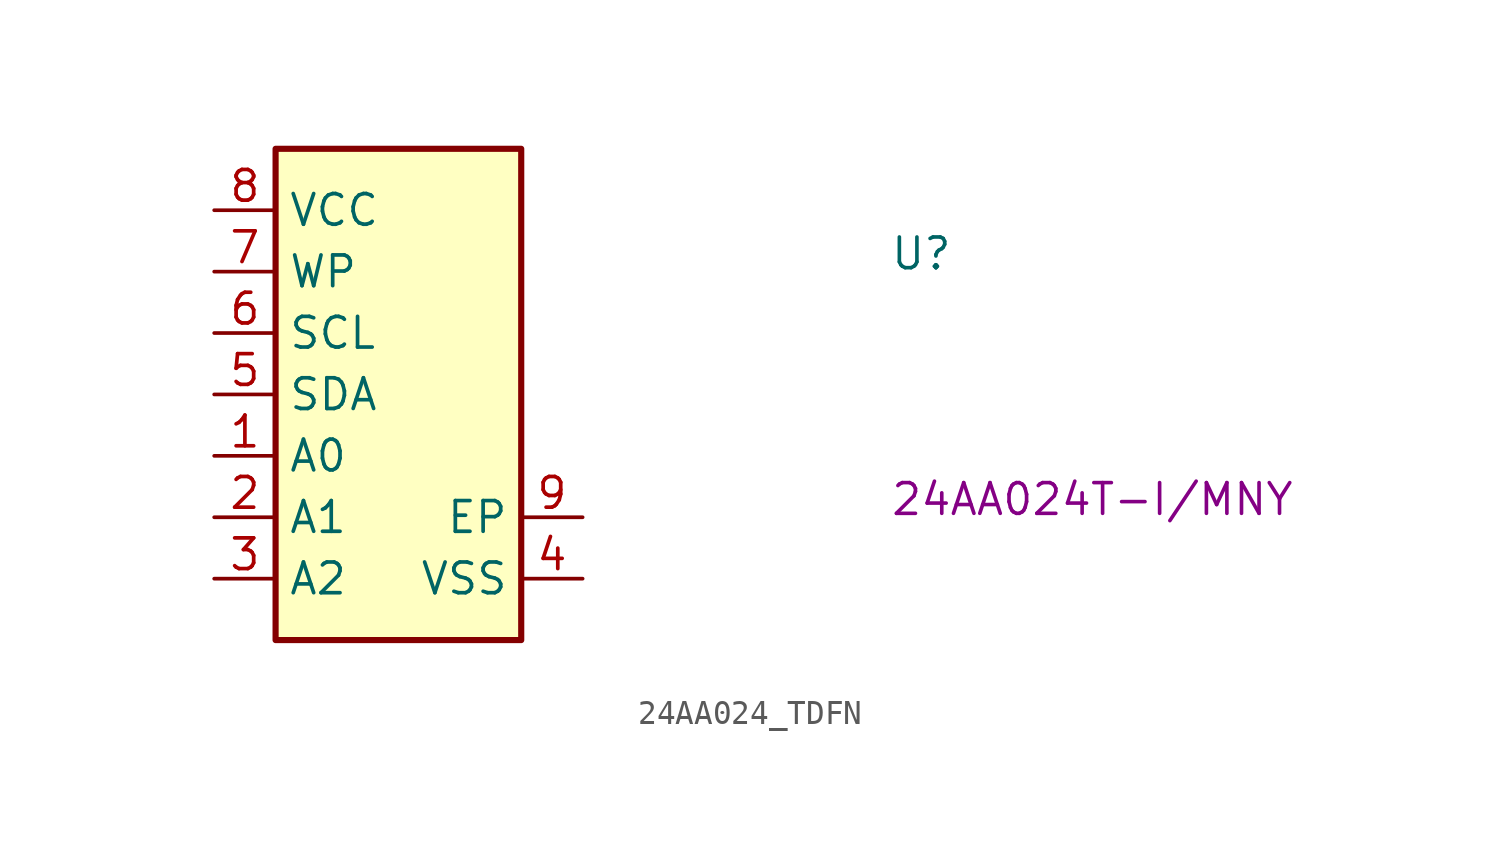
<source format=kicad_sym>
(kicad_symbol_lib
  (version 20220914)
  (generator kicad_symbol_editor)
  (symbol "24AA024_TDFN"
    (property "Reference" "U"
      (at 27.94 -2.54 0)
      (effects (font (size 1.27 1.27) (thickness 0.15)) (justify left bottom)))
    (property "MPN" "24AA024T-I/MNY"
      (at 27.94 -12.7 0)
      (effects (font (size 1.27 1.27) (thickness 0.15)) (justify left bottom)))
    (symbol "24AA024_TDFN_1_1"
      (rectangle (start 2.54 2.54) (end 12.7 -17.78) (stroke (width 0.254) (type default)) (fill (type background)))
      (pin input line (at 0 -10.16 0) (length 2.54) (name "A0" (effects (font (size 1.27 1.27)))) (number "1" (effects (font (size 1.27 1.27)))))
      (pin input line (at 0 -12.7 0) (length 2.54) (name "A1" (effects (font (size 1.27 1.27)))) (number "2" (effects (font (size 1.27 1.27)))))
      (pin input line (at 0 -15.24 0) (length 2.54) (name "A2" (effects (font (size 1.27 1.27)))) (number "3" (effects (font (size 1.27 1.27)))))
      (pin power_in line (at 15.24 -15.24 180) (length 2.54) (name "VSS" (effects (font (size 1.27 1.27)))) (number "4" (effects (font (size 1.27 1.27)))))
      (pin input line (at 0 -7.62 0) (length 2.54) (name "SDA" (effects (font (size 1.27 1.27)))) (number "5" (effects (font (size 1.27 1.27)))))
      (pin input line (at 0 -5.08 0) (length 2.54) (name "SCL" (effects (font (size 1.27 1.27)))) (number "6" (effects (font (size 1.27 1.27)))))
      (pin input line (at 0 -2.54 0) (length 2.54) (name "WP" (effects (font (size 1.27 1.27)))) (number "7" (effects (font (size 1.27 1.27)))))
      (pin power_in line (at 0 0 0) (length 2.54) (name "VCC" (effects (font (size 1.27 1.27)))) (number "8" (effects (font (size 1.27 1.27)))))
      (pin passive line (at 15.24 -12.7 180) (length 2.54) (name "EP" (effects (font (size 1.27 1.27)))) (number "9" (effects (font (size 1.27 1.27))))))))
</source>
